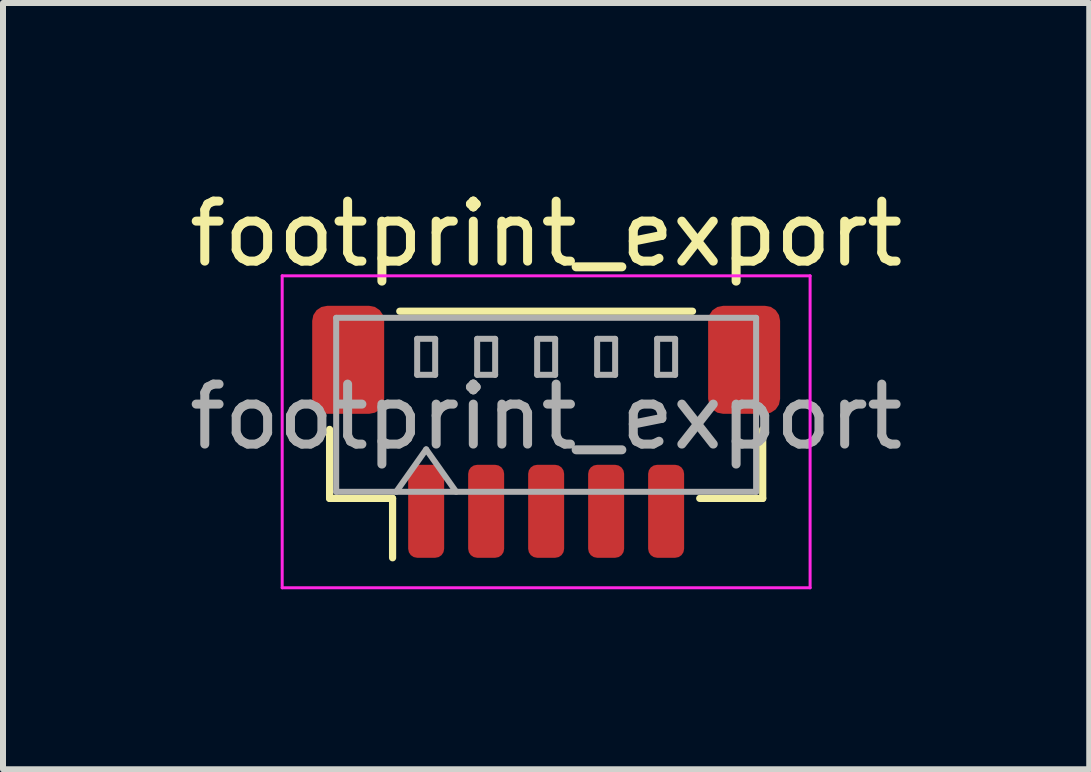
<source format=kicad_pcb>
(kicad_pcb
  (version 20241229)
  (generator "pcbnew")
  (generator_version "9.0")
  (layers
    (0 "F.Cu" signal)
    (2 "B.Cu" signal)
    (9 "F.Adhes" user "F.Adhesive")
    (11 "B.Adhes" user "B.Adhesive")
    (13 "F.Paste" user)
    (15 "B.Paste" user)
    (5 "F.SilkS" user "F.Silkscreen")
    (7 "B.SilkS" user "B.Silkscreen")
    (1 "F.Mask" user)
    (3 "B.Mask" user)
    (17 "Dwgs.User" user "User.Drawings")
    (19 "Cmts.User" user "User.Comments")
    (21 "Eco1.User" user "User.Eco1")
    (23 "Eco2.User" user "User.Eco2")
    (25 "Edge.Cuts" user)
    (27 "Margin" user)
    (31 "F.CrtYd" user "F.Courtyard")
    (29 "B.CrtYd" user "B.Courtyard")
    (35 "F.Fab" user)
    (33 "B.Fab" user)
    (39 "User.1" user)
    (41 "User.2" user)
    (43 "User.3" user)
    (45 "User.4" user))
  (footprint "footprint_export"
    (layer "F.Cu")
    (at 6.054 4.148)
    (property "Reference" "footprint_export" (at 0 -3.3 0) (layer "F.SilkS") (effects (font (size 1 1) (thickness 0.15))))
    (attr smd)
    (fp_line (start -3.61 -0.04) (end -3.61 1.11) (stroke (width 0.12) (type solid)) (layer "F.SilkS"))
    (fp_line (start -3.61 1.11) (end -2.56 1.11) (stroke (width 0.12) (type solid)) (layer "F.SilkS"))
    (fp_line (start -2.56 1.11) (end -2.56 2.1) (stroke (width 0.12) (type solid)) (layer "F.SilkS"))
    (fp_line (start -2.44 -2.01) (end 2.44 -2.01) (stroke (width 0.12) (type solid)) (layer "F.SilkS"))
    (fp_line (start 3.61 -0.04) (end 3.61 1.11) (stroke (width 0.12) (type solid)) (layer "F.SilkS"))
    (fp_line (start 3.61 1.11) (end 2.56 1.11) (stroke (width 0.12) (type solid)) (layer "F.SilkS"))
    (fp_line (start -4.4 -2.6) (end -4.4 2.6) (stroke (width 0.05) (type solid)) (layer "F.CrtYd"))
    (fp_line (start -4.4 2.6) (end 4.4 2.6) (stroke (width 0.05) (type solid)) (layer "F.CrtYd"))
    (fp_line (start 4.4 -2.6) (end -4.4 -2.6) (stroke (width 0.05) (type solid)) (layer "F.CrtYd"))
    (fp_line (start 4.4 2.6) (end 4.4 -2.6) (stroke (width 0.05) (type solid)) (layer "F.CrtYd"))
    (fp_line (start -3.5 -1.9) (end 3.5 -1.9) (stroke (width 0.1) (type solid)) (layer "F.Fab"))
    (fp_line (start -3.5 1) (end -3.5 -1.9) (stroke (width 0.1) (type solid)) (layer "F.Fab"))
    (fp_line (start -3.5 1) (end 3.5 1) (stroke (width 0.1) (type solid)) (layer "F.Fab"))
    (fp_line (start -2.5 1) (end -2 0.293) (stroke (width 0.1) (type solid)) (layer "F.Fab"))
    (fp_line (start -2.15 -1.55) (end -2.15 -0.95) (stroke (width 0.1) (type solid)) (layer "F.Fab"))
    (fp_line (start -2.15 -0.95) (end -1.85 -0.95) (stroke (width 0.1) (type solid)) (layer "F.Fab"))
    (fp_line (start -2 0.293) (end -1.5 1) (stroke (width 0.1) (type solid)) (layer "F.Fab"))
    (fp_line (start -1.85 -1.55) (end -2.15 -1.55) (stroke (width 0.1) (type solid)) (layer "F.Fab"))
    (fp_line (start -1.85 -0.95) (end -1.85 -1.55) (stroke (width 0.1) (type solid)) (layer "F.Fab"))
    (fp_line (start -1.15 -1.55) (end -1.15 -0.95) (stroke (width 0.1) (type solid)) (layer "F.Fab"))
    (fp_line (start -1.15 -0.95) (end -0.85 -0.95) (stroke (width 0.1) (type solid)) (layer "F.Fab"))
    (fp_line (start -0.85 -1.55) (end -1.15 -1.55) (stroke (width 0.1) (type solid)) (layer "F.Fab"))
    (fp_line (start -0.85 -0.95) (end -0.85 -1.55) (stroke (width 0.1) (type solid)) (layer "F.Fab"))
    (fp_line (start -0.15 -1.55) (end -0.15 -0.95) (stroke (width 0.1) (type solid)) (layer "F.Fab"))
    (fp_line (start -0.15 -0.95) (end 0.15 -0.95) (stroke (width 0.1) (type solid)) (layer "F.Fab"))
    (fp_line (start 0.15 -1.55) (end -0.15 -1.55) (stroke (width 0.1) (type solid)) (layer "F.Fab"))
    (fp_line (start 0.15 -0.95) (end 0.15 -1.55) (stroke (width 0.1) (type solid)) (layer "F.Fab"))
    (fp_line (start 0.85 -1.55) (end 0.85 -0.95) (stroke (width 0.1) (type solid)) (layer "F.Fab"))
    (fp_line (start 0.85 -0.95) (end 1.15 -0.95) (stroke (width 0.1) (type solid)) (layer "F.Fab"))
    (fp_line (start 1.15 -1.55) (end 0.85 -1.55) (stroke (width 0.1) (type solid)) (layer "F.Fab"))
    (fp_line (start 1.15 -0.95) (end 1.15 -1.55) (stroke (width 0.1) (type solid)) (layer "F.Fab"))
    (fp_line (start 1.85 -1.55) (end 1.85 -0.95) (stroke (width 0.1) (type solid)) (layer "F.Fab"))
    (fp_line (start 1.85 -0.95) (end 2.15 -0.95) (stroke (width 0.1) (type solid)) (layer "F.Fab"))
    (fp_line (start 2.15 -1.55) (end 1.85 -1.55) (stroke (width 0.1) (type solid)) (layer "F.Fab"))
    (fp_line (start 2.15 -0.95) (end 2.15 -1.55) (stroke (width 0.1) (type solid)) (layer "F.Fab"))
    (fp_line (start 3.5 1) (end 3.5 -1.9) (stroke (width 0.1) (type solid)) (layer "F.Fab"))
    (fp_text user "${REFERENCE}" (at 0 -0.25 0) (layer "F.Fab") (effects (font (size 1 1) (thickness 0.15))))
    (pad "1" smd roundrect (at -2 1.325) (size 0.6 1.55) (layers "F.Cu" "F.Mask" "F.Paste") (roundrect_rratio 0.25))
    (pad "2" smd roundrect (at -1 1.325) (size 0.6 1.55) (layers "F.Cu" "F.Mask" "F.Paste") (roundrect_rratio 0.25))
    (pad "3" smd roundrect (at 0 1.325) (size 0.6 1.55) (layers "F.Cu" "F.Mask" "F.Paste") (roundrect_rratio 0.25))
    (pad "4" smd roundrect (at 1 1.325) (size 0.6 1.55) (layers "F.Cu" "F.Mask" "F.Paste") (roundrect_rratio 0.25))
    (pad "5" smd roundrect (at 2 1.325) (size 0.6 1.55) (layers "F.Cu" "F.Mask" "F.Paste") (roundrect_rratio 0.25))
    (pad "MP" smd roundrect (at -3.3 -1.2) (size 1.2 1.8) (layers "F.Cu" "F.Mask" "F.Paste") (roundrect_rratio 0.208))
    (pad "MP" smd roundrect (at 3.3 -1.2) (size 1.2 1.8) (layers "F.Cu" "F.Mask" "F.Paste") (roundrect_rratio 0.208)))
  (gr_rect
    (start -3 -3)
    (end 15.107 9.773)
    (stroke (width 0.1) (type default))
    (fill no)
    (layer "Edge.Cuts")))
</source>
